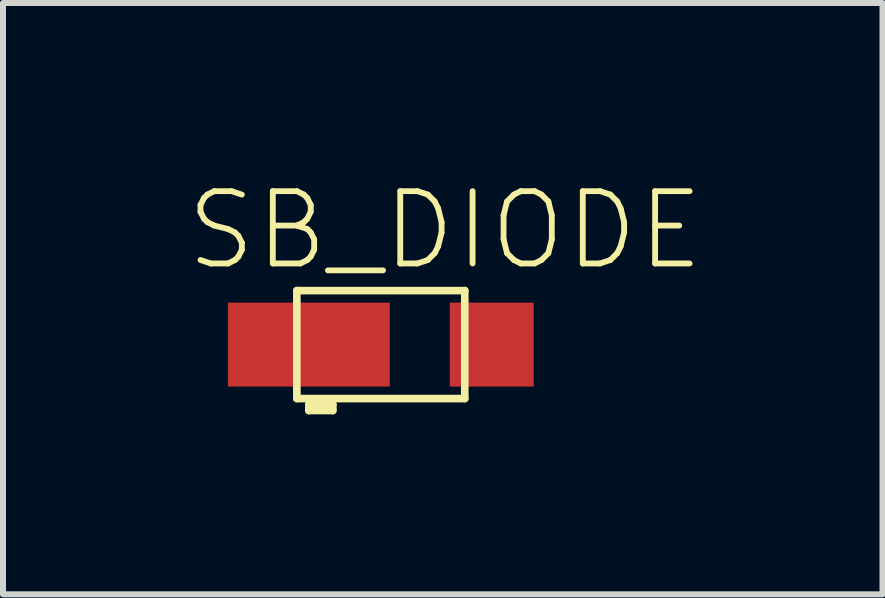
<source format=kicad_pcb>
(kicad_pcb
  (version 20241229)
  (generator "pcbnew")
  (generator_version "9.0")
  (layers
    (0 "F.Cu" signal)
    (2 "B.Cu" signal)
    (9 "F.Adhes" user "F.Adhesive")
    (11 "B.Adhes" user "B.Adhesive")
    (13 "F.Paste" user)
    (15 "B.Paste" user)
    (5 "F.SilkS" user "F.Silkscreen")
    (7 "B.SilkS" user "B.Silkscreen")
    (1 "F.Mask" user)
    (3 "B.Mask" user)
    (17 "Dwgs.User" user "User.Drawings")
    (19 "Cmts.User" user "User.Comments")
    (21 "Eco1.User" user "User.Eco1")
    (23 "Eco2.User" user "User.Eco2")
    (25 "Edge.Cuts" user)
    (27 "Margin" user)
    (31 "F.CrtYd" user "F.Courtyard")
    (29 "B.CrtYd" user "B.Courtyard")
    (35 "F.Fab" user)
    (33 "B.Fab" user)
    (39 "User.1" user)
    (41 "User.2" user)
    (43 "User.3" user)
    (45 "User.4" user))
  (footprint "SB_DIODE"
    (layer "F.Cu")
    (at 3.3 2.696)
    (property "Reference" "SB_DIODE" (at -3.3 -1.2 0) (layer "F.SilkS") (effects (font (size 1.206 1.206) (thickness 0.097)) (justify left bottom)))
    (attr through_hole)
    (fp_line (start -1.4 -0.9) (end -1.4 0.9) (stroke (width 0.127) (type solid)) (layer "F.SilkS"))
    (fp_line (start -1.4 0.9) (end 1.4 0.9) (stroke (width 0.127) (type solid)) (layer "F.SilkS"))
    (fp_line (start -1.2 1) (end -0.8 1) (stroke (width 0.127) (type solid)) (layer "F.SilkS"))
    (fp_line (start -1.2 1.1) (end -1.2 1) (stroke (width 0.127) (type solid)) (layer "F.SilkS"))
    (fp_line (start -0.8 1) (end -0.8 1.1) (stroke (width 0.127) (type solid)) (layer "F.SilkS"))
    (fp_line (start -0.8 1.1) (end -1.2 1.1) (stroke (width 0.127) (type solid)) (layer "F.SilkS"))
    (fp_line (start 1.4 -0.9) (end -1.4 -0.9) (stroke (width 0.127) (type solid)) (layer "F.SilkS"))
    (fp_line (start 1.4 0.9) (end 1.4 -0.9) (stroke (width 0.127) (type solid)) (layer "F.SilkS"))
    (pad "NEG" smd rect (at -1.2 0) (size 2.7 1.4) (layers "F.Cu" "F.Mask" "F.Paste"))
    (pad "POS" smd rect (at 1.85 0) (size 1.4 1.4) (layers "F.Cu" "F.Mask" "F.Paste")))
  (gr_rect
    (start -3 -3)
    (end 11.666 6.86)
    (stroke (width 0.1) (type default))
    (fill no)
    (layer "Edge.Cuts")))
</source>
